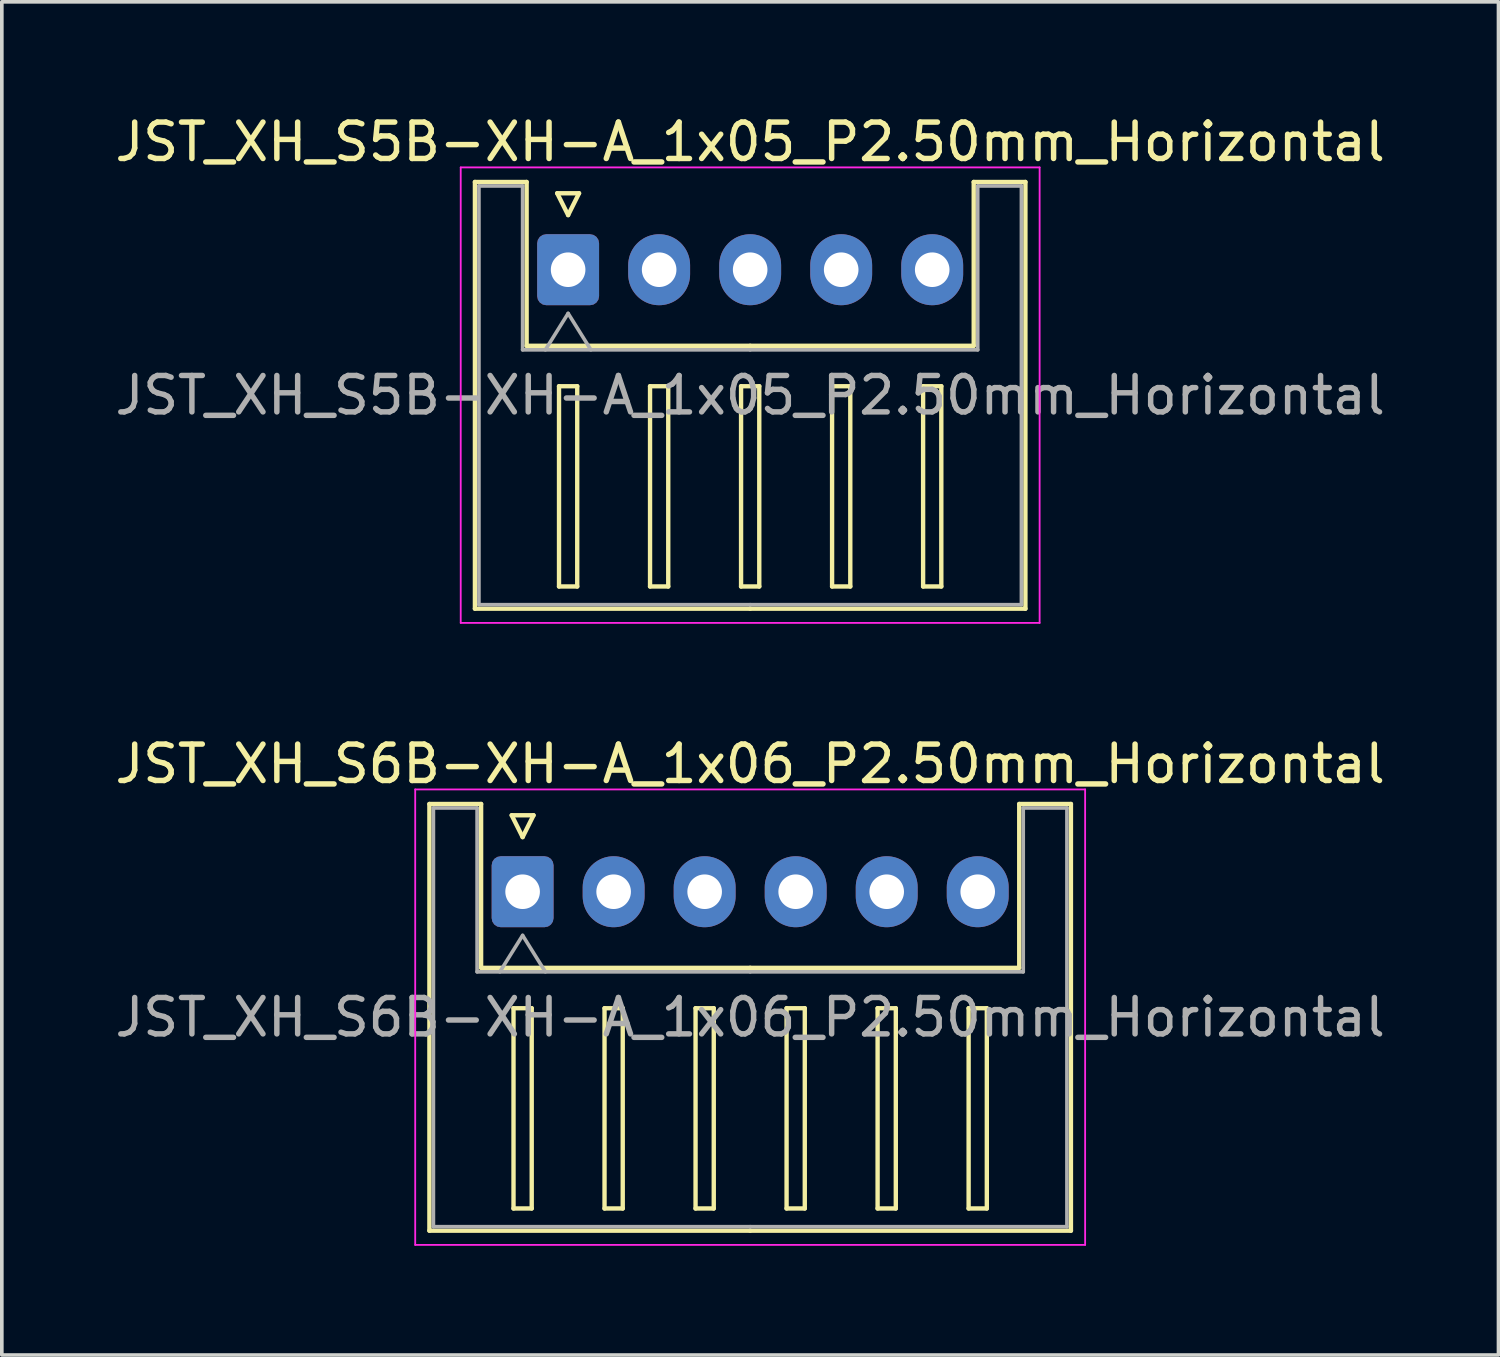
<source format=kicad_pcb>
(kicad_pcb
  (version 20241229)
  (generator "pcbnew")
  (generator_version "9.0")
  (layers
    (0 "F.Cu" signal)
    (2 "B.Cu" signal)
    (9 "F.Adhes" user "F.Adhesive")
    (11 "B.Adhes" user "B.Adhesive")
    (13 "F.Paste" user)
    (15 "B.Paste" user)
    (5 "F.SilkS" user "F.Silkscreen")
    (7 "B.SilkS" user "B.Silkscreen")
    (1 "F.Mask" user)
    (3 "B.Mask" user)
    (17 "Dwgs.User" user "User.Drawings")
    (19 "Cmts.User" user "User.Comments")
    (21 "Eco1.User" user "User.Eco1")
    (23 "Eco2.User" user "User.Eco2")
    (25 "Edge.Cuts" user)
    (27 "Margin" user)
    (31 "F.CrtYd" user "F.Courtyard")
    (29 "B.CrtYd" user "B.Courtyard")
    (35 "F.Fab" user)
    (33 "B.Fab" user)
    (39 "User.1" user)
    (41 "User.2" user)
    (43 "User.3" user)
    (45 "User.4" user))
  (footprint "JST_XH_S5B-XH-A_1x05_P2.50mm_Horizontal"
    (layer "F.Cu")
    (at 12.554 4.358)
    (property "Reference" "JST_XH_S5B-XH-A_1x05_P2.50mm_Horizontal" (at 5 -3.51 0) (layer "F.SilkS") (effects (font (size 1 1) (thickness 0.15))))
    (attr through_hole)
    (fp_line (start -2.56 -2.41) (end -1.14 -2.41) (stroke (width 0.12) (type solid)) (layer "F.SilkS"))
    (fp_line (start -2.56 9.31) (end -2.56 -2.41) (stroke (width 0.12) (type solid)) (layer "F.SilkS"))
    (fp_line (start -1.14 -2.41) (end -1.14 2.09) (stroke (width 0.12) (type solid)) (layer "F.SilkS"))
    (fp_line (start -1.14 2.09) (end 5 2.09) (stroke (width 0.12) (type solid)) (layer "F.SilkS"))
    (fp_line (start -0.3 -2.1) (end 0.3 -2.1) (stroke (width 0.12) (type solid)) (layer "F.SilkS"))
    (fp_line (start -0.25 3.2) (end -0.25 8.7) (stroke (width 0.12) (type solid)) (layer "F.SilkS"))
    (fp_line (start -0.25 8.7) (end 0.25 8.7) (stroke (width 0.12) (type solid)) (layer "F.SilkS"))
    (fp_line (start 0 -1.5) (end -0.3 -2.1) (stroke (width 0.12) (type solid)) (layer "F.SilkS"))
    (fp_line (start 0.25 3.2) (end -0.25 3.2) (stroke (width 0.12) (type solid)) (layer "F.SilkS"))
    (fp_line (start 0.25 8.7) (end 0.25 3.2) (stroke (width 0.12) (type solid)) (layer "F.SilkS"))
    (fp_line (start 0.3 -2.1) (end 0 -1.5) (stroke (width 0.12) (type solid)) (layer "F.SilkS"))
    (fp_line (start 2.25 3.2) (end 2.25 8.7) (stroke (width 0.12) (type solid)) (layer "F.SilkS"))
    (fp_line (start 2.25 8.7) (end 2.75 8.7) (stroke (width 0.12) (type solid)) (layer "F.SilkS"))
    (fp_line (start 2.75 3.2) (end 2.25 3.2) (stroke (width 0.12) (type solid)) (layer "F.SilkS"))
    (fp_line (start 2.75 8.7) (end 2.75 3.2) (stroke (width 0.12) (type solid)) (layer "F.SilkS"))
    (fp_line (start 4.75 3.2) (end 4.75 8.7) (stroke (width 0.12) (type solid)) (layer "F.SilkS"))
    (fp_line (start 4.75 8.7) (end 5.25 8.7) (stroke (width 0.12) (type solid)) (layer "F.SilkS"))
    (fp_line (start 5 9.31) (end -2.56 9.31) (stroke (width 0.12) (type solid)) (layer "F.SilkS"))
    (fp_line (start 5 9.31) (end 12.56 9.31) (stroke (width 0.12) (type solid)) (layer "F.SilkS"))
    (fp_line (start 5.25 3.2) (end 4.75 3.2) (stroke (width 0.12) (type solid)) (layer "F.SilkS"))
    (fp_line (start 5.25 8.7) (end 5.25 3.2) (stroke (width 0.12) (type solid)) (layer "F.SilkS"))
    (fp_line (start 7.25 3.2) (end 7.25 8.7) (stroke (width 0.12) (type solid)) (layer "F.SilkS"))
    (fp_line (start 7.25 8.7) (end 7.75 8.7) (stroke (width 0.12) (type solid)) (layer "F.SilkS"))
    (fp_line (start 7.75 3.2) (end 7.25 3.2) (stroke (width 0.12) (type solid)) (layer "F.SilkS"))
    (fp_line (start 7.75 8.7) (end 7.75 3.2) (stroke (width 0.12) (type solid)) (layer "F.SilkS"))
    (fp_line (start 9.75 3.2) (end 9.75 8.7) (stroke (width 0.12) (type solid)) (layer "F.SilkS"))
    (fp_line (start 9.75 8.7) (end 10.25 8.7) (stroke (width 0.12) (type solid)) (layer "F.SilkS"))
    (fp_line (start 10.25 3.2) (end 9.75 3.2) (stroke (width 0.12) (type solid)) (layer "F.SilkS"))
    (fp_line (start 10.25 8.7) (end 10.25 3.2) (stroke (width 0.12) (type solid)) (layer "F.SilkS"))
    (fp_line (start 11.14 -2.41) (end 11.14 2.09) (stroke (width 0.12) (type solid)) (layer "F.SilkS"))
    (fp_line (start 11.14 2.09) (end 5 2.09) (stroke (width 0.12) (type solid)) (layer "F.SilkS"))
    (fp_line (start 12.56 -2.41) (end 11.14 -2.41) (stroke (width 0.12) (type solid)) (layer "F.SilkS"))
    (fp_line (start 12.56 9.31) (end 12.56 -2.41) (stroke (width 0.12) (type solid)) (layer "F.SilkS"))
    (fp_line (start -2.95 -2.81) (end -2.95 9.7) (stroke (width 0.05) (type solid)) (layer "F.CrtYd"))
    (fp_line (start -2.95 9.7) (end 12.95 9.7) (stroke (width 0.05) (type solid)) (layer "F.CrtYd"))
    (fp_line (start 12.95 -2.81) (end -2.95 -2.81) (stroke (width 0.05) (type solid)) (layer "F.CrtYd"))
    (fp_line (start 12.95 9.7) (end 12.95 -2.81) (stroke (width 0.05) (type solid)) (layer "F.CrtYd"))
    (fp_line (start -2.45 -2.3) (end -1.25 -2.3) (stroke (width 0.1) (type solid)) (layer "F.Fab"))
    (fp_line (start -2.45 9.2) (end -2.45 -2.3) (stroke (width 0.1) (type solid)) (layer "F.Fab"))
    (fp_line (start -1.25 -2.3) (end -1.25 2.2) (stroke (width 0.1) (type solid)) (layer "F.Fab"))
    (fp_line (start -1.25 2.2) (end 5 2.2) (stroke (width 0.1) (type solid)) (layer "F.Fab"))
    (fp_line (start -0.625 2.2) (end 0 1.2) (stroke (width 0.1) (type solid)) (layer "F.Fab"))
    (fp_line (start 0 1.2) (end 0.625 2.2) (stroke (width 0.1) (type solid)) (layer "F.Fab"))
    (fp_line (start 5 9.2) (end -2.45 9.2) (stroke (width 0.1) (type solid)) (layer "F.Fab"))
    (fp_line (start 5 9.2) (end 12.45 9.2) (stroke (width 0.1) (type solid)) (layer "F.Fab"))
    (fp_line (start 11.25 -2.3) (end 11.25 2.2) (stroke (width 0.1) (type solid)) (layer "F.Fab"))
    (fp_line (start 11.25 2.2) (end 5 2.2) (stroke (width 0.1) (type solid)) (layer "F.Fab"))
    (fp_line (start 12.45 -2.3) (end 11.25 -2.3) (stroke (width 0.1) (type solid)) (layer "F.Fab"))
    (fp_line (start 12.45 9.2) (end 12.45 -2.3) (stroke (width 0.1) (type solid)) (layer "F.Fab"))
    (fp_text user "${REFERENCE}" (at 5 3.45 0) (layer "F.Fab") (effects (font (size 1 1) (thickness 0.15))))
    (pad "1" thru_hole roundrect (at 0 0) (size 1.7 1.95) (drill 0.95) (layers "*.Cu" "*.Mask") (roundrect_rratio 0.147))
    (pad "2" thru_hole oval (at 2.5 0) (size 1.7 1.95) (drill 0.95) (layers "*.Cu" "*.Mask"))
    (pad "3" thru_hole oval (at 5 0) (size 1.7 1.95) (drill 0.95) (layers "*.Cu" "*.Mask"))
    (pad "4" thru_hole oval (at 7.5 0) (size 1.7 1.95) (drill 0.95) (layers "*.Cu" "*.Mask"))
    (pad "5" thru_hole oval (at 10 0) (size 1.7 1.95) (drill 0.95) (layers "*.Cu" "*.Mask")))
  (footprint "JST_XH_S6B-XH-A_1x06_P2.50mm_Horizontal"
    (layer "F.Cu")
    (at 11.304 21.442)
    (property "Reference" "JST_XH_S6B-XH-A_1x06_P2.50mm_Horizontal" (at 6.25 -3.51 0) (layer "F.SilkS") (effects (font (size 1 1) (thickness 0.15))))
    (attr through_hole)
    (fp_line (start -2.56 -2.41) (end -1.14 -2.41) (stroke (width 0.12) (type solid)) (layer "F.SilkS"))
    (fp_line (start -2.56 9.31) (end -2.56 -2.41) (stroke (width 0.12) (type solid)) (layer "F.SilkS"))
    (fp_line (start -1.14 -2.41) (end -1.14 2.09) (stroke (width 0.12) (type solid)) (layer "F.SilkS"))
    (fp_line (start -1.14 2.09) (end 6.25 2.09) (stroke (width 0.12) (type solid)) (layer "F.SilkS"))
    (fp_line (start -0.3 -2.1) (end 0.3 -2.1) (stroke (width 0.12) (type solid)) (layer "F.SilkS"))
    (fp_line (start -0.25 3.2) (end -0.25 8.7) (stroke (width 0.12) (type solid)) (layer "F.SilkS"))
    (fp_line (start -0.25 8.7) (end 0.25 8.7) (stroke (width 0.12) (type solid)) (layer "F.SilkS"))
    (fp_line (start 0 -1.5) (end -0.3 -2.1) (stroke (width 0.12) (type solid)) (layer "F.SilkS"))
    (fp_line (start 0.25 3.2) (end -0.25 3.2) (stroke (width 0.12) (type solid)) (layer "F.SilkS"))
    (fp_line (start 0.25 8.7) (end 0.25 3.2) (stroke (width 0.12) (type solid)) (layer "F.SilkS"))
    (fp_line (start 0.3 -2.1) (end 0 -1.5) (stroke (width 0.12) (type solid)) (layer "F.SilkS"))
    (fp_line (start 2.25 3.2) (end 2.25 8.7) (stroke (width 0.12) (type solid)) (layer "F.SilkS"))
    (fp_line (start 2.25 8.7) (end 2.75 8.7) (stroke (width 0.12) (type solid)) (layer "F.SilkS"))
    (fp_line (start 2.75 3.2) (end 2.25 3.2) (stroke (width 0.12) (type solid)) (layer "F.SilkS"))
    (fp_line (start 2.75 8.7) (end 2.75 3.2) (stroke (width 0.12) (type solid)) (layer "F.SilkS"))
    (fp_line (start 4.75 3.2) (end 4.75 8.7) (stroke (width 0.12) (type solid)) (layer "F.SilkS"))
    (fp_line (start 4.75 8.7) (end 5.25 8.7) (stroke (width 0.12) (type solid)) (layer "F.SilkS"))
    (fp_line (start 5.25 3.2) (end 4.75 3.2) (stroke (width 0.12) (type solid)) (layer "F.SilkS"))
    (fp_line (start 5.25 8.7) (end 5.25 3.2) (stroke (width 0.12) (type solid)) (layer "F.SilkS"))
    (fp_line (start 6.25 9.31) (end -2.56 9.31) (stroke (width 0.12) (type solid)) (layer "F.SilkS"))
    (fp_line (start 6.25 9.31) (end 15.06 9.31) (stroke (width 0.12) (type solid)) (layer "F.SilkS"))
    (fp_line (start 7.25 3.2) (end 7.25 8.7) (stroke (width 0.12) (type solid)) (layer "F.SilkS"))
    (fp_line (start 7.25 8.7) (end 7.75 8.7) (stroke (width 0.12) (type solid)) (layer "F.SilkS"))
    (fp_line (start 7.75 3.2) (end 7.25 3.2) (stroke (width 0.12) (type solid)) (layer "F.SilkS"))
    (fp_line (start 7.75 8.7) (end 7.75 3.2) (stroke (width 0.12) (type solid)) (layer "F.SilkS"))
    (fp_line (start 9.75 3.2) (end 9.75 8.7) (stroke (width 0.12) (type solid)) (layer "F.SilkS"))
    (fp_line (start 9.75 8.7) (end 10.25 8.7) (stroke (width 0.12) (type solid)) (layer "F.SilkS"))
    (fp_line (start 10.25 3.2) (end 9.75 3.2) (stroke (width 0.12) (type solid)) (layer "F.SilkS"))
    (fp_line (start 10.25 8.7) (end 10.25 3.2) (stroke (width 0.12) (type solid)) (layer "F.SilkS"))
    (fp_line (start 12.25 3.2) (end 12.25 8.7) (stroke (width 0.12) (type solid)) (layer "F.SilkS"))
    (fp_line (start 12.25 8.7) (end 12.75 8.7) (stroke (width 0.12) (type solid)) (layer "F.SilkS"))
    (fp_line (start 12.75 3.2) (end 12.25 3.2) (stroke (width 0.12) (type solid)) (layer "F.SilkS"))
    (fp_line (start 12.75 8.7) (end 12.75 3.2) (stroke (width 0.12) (type solid)) (layer "F.SilkS"))
    (fp_line (start 13.64 -2.41) (end 13.64 2.09) (stroke (width 0.12) (type solid)) (layer "F.SilkS"))
    (fp_line (start 13.64 2.09) (end 6.25 2.09) (stroke (width 0.12) (type solid)) (layer "F.SilkS"))
    (fp_line (start 15.06 -2.41) (end 13.64 -2.41) (stroke (width 0.12) (type solid)) (layer "F.SilkS"))
    (fp_line (start 15.06 9.31) (end 15.06 -2.41) (stroke (width 0.12) (type solid)) (layer "F.SilkS"))
    (fp_line (start -2.95 -2.81) (end -2.95 9.7) (stroke (width 0.05) (type solid)) (layer "F.CrtYd"))
    (fp_line (start -2.95 9.7) (end 15.45 9.7) (stroke (width 0.05) (type solid)) (layer "F.CrtYd"))
    (fp_line (start 15.45 -2.81) (end -2.95 -2.81) (stroke (width 0.05) (type solid)) (layer "F.CrtYd"))
    (fp_line (start 15.45 9.7) (end 15.45 -2.81) (stroke (width 0.05) (type solid)) (layer "F.CrtYd"))
    (fp_line (start -2.45 -2.3) (end -1.25 -2.3) (stroke (width 0.1) (type solid)) (layer "F.Fab"))
    (fp_line (start -2.45 9.2) (end -2.45 -2.3) (stroke (width 0.1) (type solid)) (layer "F.Fab"))
    (fp_line (start -1.25 -2.3) (end -1.25 2.2) (stroke (width 0.1) (type solid)) (layer "F.Fab"))
    (fp_line (start -1.25 2.2) (end 6.25 2.2) (stroke (width 0.1) (type solid)) (layer "F.Fab"))
    (fp_line (start -0.625 2.2) (end 0 1.2) (stroke (width 0.1) (type solid)) (layer "F.Fab"))
    (fp_line (start 0 1.2) (end 0.625 2.2) (stroke (width 0.1) (type solid)) (layer "F.Fab"))
    (fp_line (start 6.25 9.2) (end -2.45 9.2) (stroke (width 0.1) (type solid)) (layer "F.Fab"))
    (fp_line (start 6.25 9.2) (end 14.95 9.2) (stroke (width 0.1) (type solid)) (layer "F.Fab"))
    (fp_line (start 13.75 -2.3) (end 13.75 2.2) (stroke (width 0.1) (type solid)) (layer "F.Fab"))
    (fp_line (start 13.75 2.2) (end 6.25 2.2) (stroke (width 0.1) (type solid)) (layer "F.Fab"))
    (fp_line (start 14.95 -2.3) (end 13.75 -2.3) (stroke (width 0.1) (type solid)) (layer "F.Fab"))
    (fp_line (start 14.95 9.2) (end 14.95 -2.3) (stroke (width 0.1) (type solid)) (layer "F.Fab"))
    (fp_text user "${REFERENCE}" (at 6.25 3.45 0) (layer "F.Fab") (effects (font (size 1 1) (thickness 0.15))))
    (pad "1" thru_hole roundrect (at 0 0) (size 1.7 1.95) (drill 0.95) (layers "*.Cu" "*.Mask") (roundrect_rratio 0.147))
    (pad "2" thru_hole oval (at 2.5 0) (size 1.7 1.95) (drill 0.95) (layers "*.Cu" "*.Mask"))
    (pad "3" thru_hole oval (at 5 0) (size 1.7 1.95) (drill 0.95) (layers "*.Cu" "*.Mask"))
    (pad "4" thru_hole oval (at 7.5 0) (size 1.7 1.95) (drill 0.95) (layers "*.Cu" "*.Mask"))
    (pad "5" thru_hole oval (at 10 0) (size 1.7 1.95) (drill 0.95) (layers "*.Cu" "*.Mask"))
    (pad "6" thru_hole oval (at 12.5 0) (size 1.7 1.95) (drill 0.95) (layers "*.Cu" "*.Mask")))
  (gr_rect
    (start -3 -3)
    (end 38.107 34.166)
    (stroke (width 0.1) (type default))
    (fill no)
    (layer "Edge.Cuts")))
</source>
